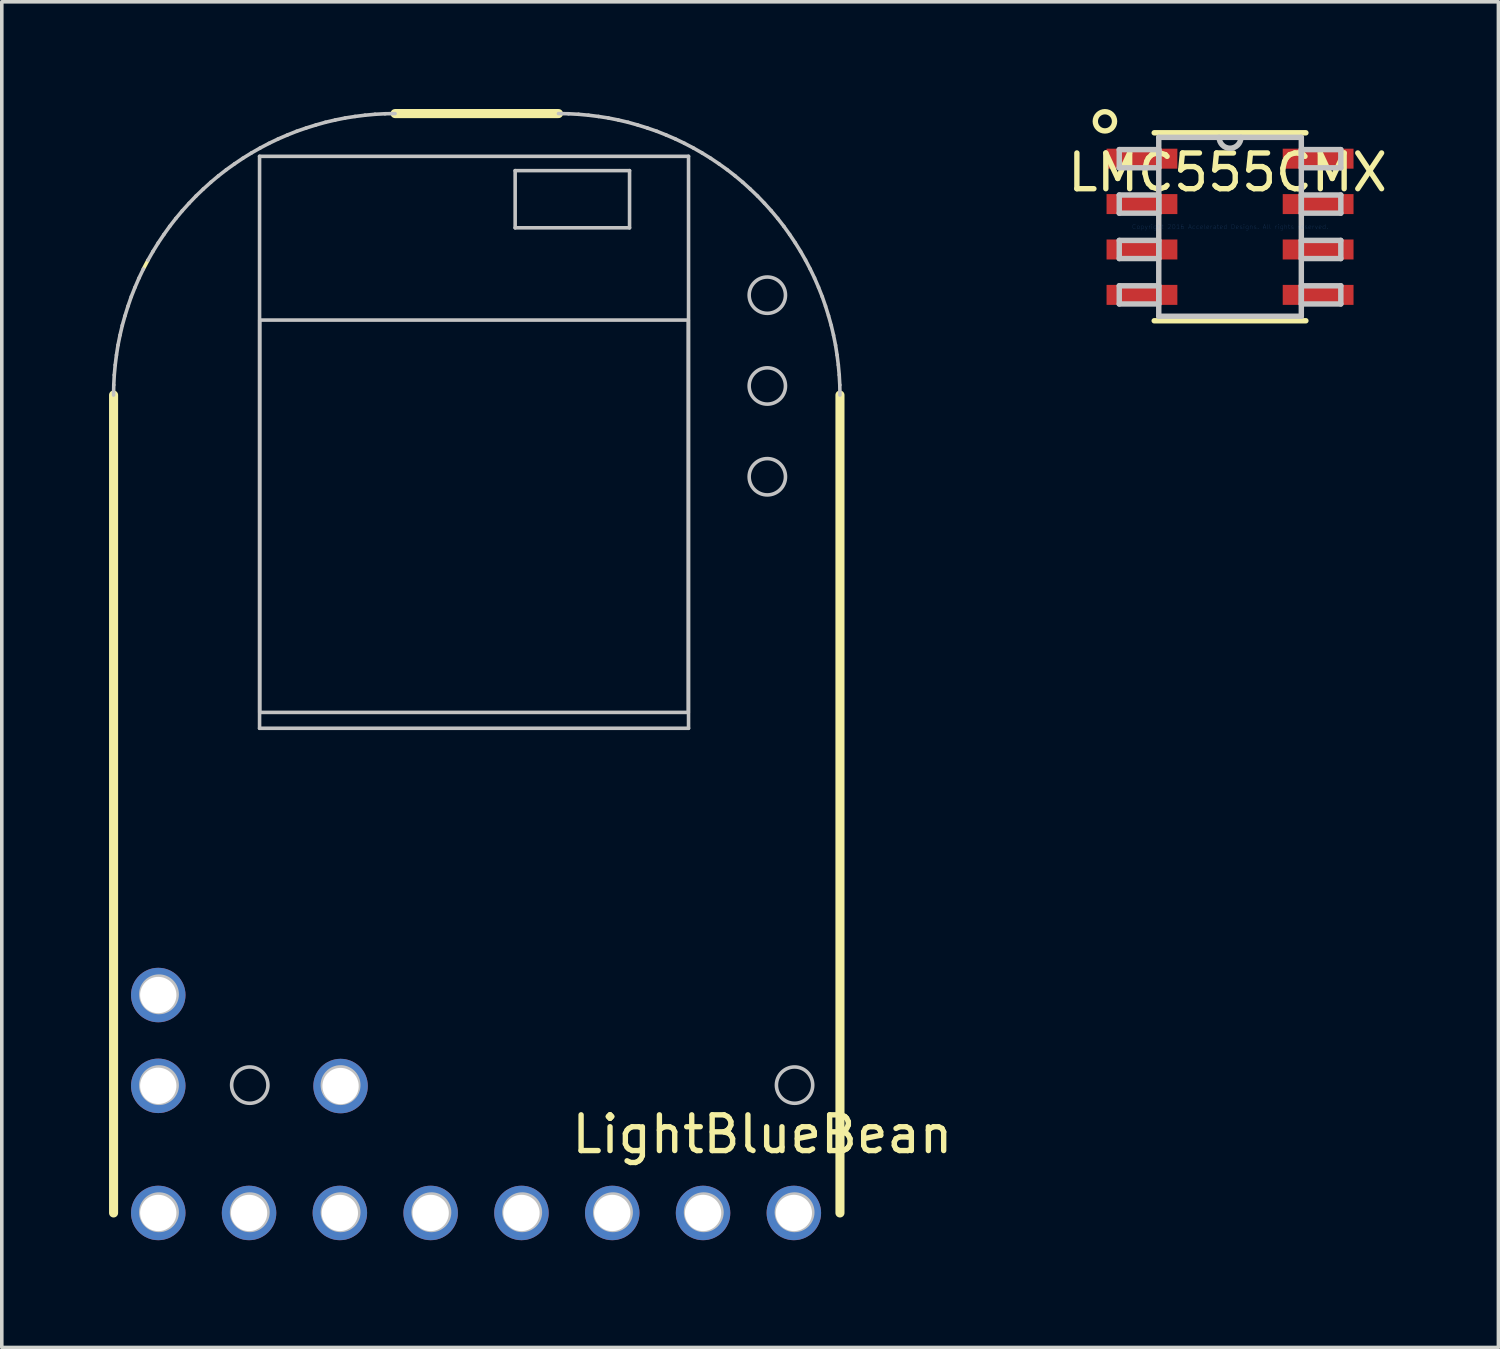
<source format=kicad_pcb>
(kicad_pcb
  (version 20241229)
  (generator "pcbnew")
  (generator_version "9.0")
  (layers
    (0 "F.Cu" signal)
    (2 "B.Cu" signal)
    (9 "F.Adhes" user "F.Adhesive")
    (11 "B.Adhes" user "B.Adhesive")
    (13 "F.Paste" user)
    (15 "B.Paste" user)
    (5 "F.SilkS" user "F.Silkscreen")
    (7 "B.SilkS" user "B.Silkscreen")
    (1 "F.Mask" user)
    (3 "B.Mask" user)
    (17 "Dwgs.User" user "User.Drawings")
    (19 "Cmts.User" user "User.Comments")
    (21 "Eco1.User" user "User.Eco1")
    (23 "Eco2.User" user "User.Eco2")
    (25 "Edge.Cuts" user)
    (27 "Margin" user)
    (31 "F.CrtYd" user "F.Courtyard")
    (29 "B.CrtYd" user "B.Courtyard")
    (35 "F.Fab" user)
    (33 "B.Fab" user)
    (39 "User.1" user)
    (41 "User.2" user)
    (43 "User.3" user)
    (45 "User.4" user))
  (footprint "LMC555CMX"
    (layer "F.Cu")
    (at 31.359 3.294)
    (property "Reference" "LMC555CMX" (at -0.07 -1.52 0) (layer "F.SilkS") (effects (font (size 1 1) (thickness 0.15))))
    (attr through_hole)
    (fp_line (start -2.121 2.629) (end 2.121 2.629) (stroke (width 0.152) (type solid)) (layer "F.SilkS"))
    (fp_line (start 2.121 -2.629) (end -2.121 -2.629) (stroke (width 0.152) (type solid)) (layer "F.SilkS"))
    (fp_circle (center -3.5 -2.95) (end -3.25 -2.85) (stroke (width 0.15) (type solid)) (fill no) (layer "F.SilkS"))
    (fp_line (start -3.099 -2.159) (end -3.099 -1.651) (stroke (width 0.152) (type solid)) (layer "Dwgs.User"))
    (fp_line (start -3.099 -1.651) (end -1.994 -1.651) (stroke (width 0.152) (type solid)) (layer "Dwgs.User"))
    (fp_line (start -3.099 -0.889) (end -3.099 -0.381) (stroke (width 0.152) (type solid)) (layer "Dwgs.User"))
    (fp_line (start -3.099 -0.381) (end -1.994 -0.381) (stroke (width 0.152) (type solid)) (layer "Dwgs.User"))
    (fp_line (start -3.099 0.381) (end -3.099 0.889) (stroke (width 0.152) (type solid)) (layer "Dwgs.User"))
    (fp_line (start -3.099 0.889) (end -1.994 0.889) (stroke (width 0.152) (type solid)) (layer "Dwgs.User"))
    (fp_line (start -3.099 1.651) (end -3.099 2.159) (stroke (width 0.152) (type solid)) (layer "Dwgs.User"))
    (fp_line (start -3.099 2.159) (end -1.994 2.159) (stroke (width 0.152) (type solid)) (layer "Dwgs.User"))
    (fp_line (start -1.994 -2.502) (end -1.994 2.502) (stroke (width 0.152) (type solid)) (layer "Dwgs.User"))
    (fp_line (start -1.994 -2.159) (end -3.099 -2.159) (stroke (width 0.152) (type solid)) (layer "Dwgs.User"))
    (fp_line (start -1.994 -1.651) (end -1.994 -2.159) (stroke (width 0.152) (type solid)) (layer "Dwgs.User"))
    (fp_line (start -1.994 -0.889) (end -3.099 -0.889) (stroke (width 0.152) (type solid)) (layer "Dwgs.User"))
    (fp_line (start -1.994 -0.381) (end -1.994 -0.889) (stroke (width 0.152) (type solid)) (layer "Dwgs.User"))
    (fp_line (start -1.994 0.381) (end -3.099 0.381) (stroke (width 0.152) (type solid)) (layer "Dwgs.User"))
    (fp_line (start -1.994 0.889) (end -1.994 0.381) (stroke (width 0.152) (type solid)) (layer "Dwgs.User"))
    (fp_line (start -1.994 1.651) (end -3.099 1.651) (stroke (width 0.152) (type solid)) (layer "Dwgs.User"))
    (fp_line (start -1.994 2.159) (end -1.994 1.651) (stroke (width 0.152) (type solid)) (layer "Dwgs.User"))
    (fp_line (start -1.994 2.502) (end 1.994 2.502) (stroke (width 0.152) (type solid)) (layer "Dwgs.User"))
    (fp_line (start 1.994 -2.502) (end -1.994 -2.502) (stroke (width 0.152) (type solid)) (layer "Dwgs.User"))
    (fp_line (start 1.994 -2.159) (end 1.994 -1.651) (stroke (width 0.152) (type solid)) (layer "Dwgs.User"))
    (fp_line (start 1.994 -1.651) (end 3.099 -1.651) (stroke (width 0.152) (type solid)) (layer "Dwgs.User"))
    (fp_line (start 1.994 -0.889) (end 1.994 -0.381) (stroke (width 0.152) (type solid)) (layer "Dwgs.User"))
    (fp_line (start 1.994 -0.381) (end 3.099 -0.381) (stroke (width 0.152) (type solid)) (layer "Dwgs.User"))
    (fp_line (start 1.994 0.381) (end 1.994 0.889) (stroke (width 0.152) (type solid)) (layer "Dwgs.User"))
    (fp_line (start 1.994 0.889) (end 3.099 0.889) (stroke (width 0.152) (type solid)) (layer "Dwgs.User"))
    (fp_line (start 1.994 1.651) (end 1.994 2.159) (stroke (width 0.152) (type solid)) (layer "Dwgs.User"))
    (fp_line (start 1.994 2.159) (end 3.099 2.159) (stroke (width 0.152) (type solid)) (layer "Dwgs.User"))
    (fp_line (start 1.994 2.502) (end 1.994 -2.502) (stroke (width 0.152) (type solid)) (layer "Dwgs.User"))
    (fp_line (start 3.099 -2.159) (end 1.994 -2.159) (stroke (width 0.152) (type solid)) (layer "Dwgs.User"))
    (fp_line (start 3.099 -1.651) (end 3.099 -2.159) (stroke (width 0.152) (type solid)) (layer "Dwgs.User"))
    (fp_line (start 3.099 -0.889) (end 1.994 -0.889) (stroke (width 0.152) (type solid)) (layer "Dwgs.User"))
    (fp_line (start 3.099 -0.381) (end 3.099 -0.889) (stroke (width 0.152) (type solid)) (layer "Dwgs.User"))
    (fp_line (start 3.099 0.381) (end 1.994 0.381) (stroke (width 0.152) (type solid)) (layer "Dwgs.User"))
    (fp_line (start 3.099 0.889) (end 3.099 0.381) (stroke (width 0.152) (type solid)) (layer "Dwgs.User"))
    (fp_line (start 3.099 1.651) (end 1.994 1.651) (stroke (width 0.152) (type solid)) (layer "Dwgs.User"))
    (fp_line (start 3.099 2.159) (end 3.099 1.651) (stroke (width 0.152) (type solid)) (layer "Dwgs.User"))
    (fp_arc (start 0.3048 -2.5019) (mid 0 -2.1971) (end -0.3048 -2.5019) (stroke (width 0.1524) (type solid)) (layer "Dwgs.User"))
    (fp_text user "Copyright 2016 Accelerated Designs. All rights reserved." (at 0 0 0) (layer "Cmts.User") (effects (font (size 0.127 0.127) (thickness 0.002))))
    (pad "1" smd rect (at -2.464 -1.905) (size 1.981 0.559) (layers "F.Cu" "F.Mask" "F.Paste"))
    (pad "2" smd rect (at -2.464 -0.635) (size 1.981 0.559) (layers "F.Cu" "F.Mask" "F.Paste"))
    (pad "3" smd rect (at -2.464 0.635) (size 1.981 0.559) (layers "F.Cu" "F.Mask" "F.Paste"))
    (pad "4" smd rect (at -2.464 1.905) (size 1.981 0.559) (layers "F.Cu" "F.Mask" "F.Paste"))
    (pad "5" smd rect (at 2.464 1.905) (size 1.981 0.559) (layers "F.Cu" "F.Mask" "F.Paste"))
    (pad "6" smd rect (at 2.464 0.635) (size 1.981 0.559) (layers "F.Cu" "F.Mask" "F.Paste"))
    (pad "7" smd rect (at 2.464 -0.635) (size 1.981 0.559) (layers "F.Cu" "F.Mask" "F.Paste"))
    (pad "8" smd rect (at 2.464 -1.905) (size 1.981 0.559) (layers "F.Cu" "F.Mask" "F.Paste")))
  (footprint "LightBlueBean"
    (layer "F.Cu")
    (at 1.377 30.881)
    (property "Reference" "LightBlueBean" (at 16.9 -2.2 0) (layer "F.SilkS") (effects (font (size 1 1) (thickness 0.15))))
    (attr through_hole)
    (fp_line (start -1.25 0) (end -1.25 -22.88) (stroke (width 0.254) (type solid)) (layer "F.SilkS"))
    (fp_line (start -0.287 -26.654) (end -0.417 -26.406) (stroke (width 0.1) (type solid)) (layer "F.SilkS"))
    (fp_line (start 6.624 -30.754) (end 11.196 -30.754) (stroke (width 0.254) (type solid)) (layer "F.SilkS"))
    (fp_line (start 19.07 -22.88) (end 19.07 0) (stroke (width 0.254) (type solid)) (layer "F.SilkS"))
    (fp_line (start -1.245 -23.162) (end -1.25 -22.88) (stroke (width 0.1) (type solid)) (layer "Dwgs.User"))
    (fp_line (start -1.23 -23.441) (end -1.245 -23.162) (stroke (width 0.1) (type solid)) (layer "Dwgs.User"))
    (fp_line (start -1.204 -23.721) (end -1.23 -23.441) (stroke (width 0.1) (type solid)) (layer "Dwgs.User"))
    (fp_line (start -1.169 -24) (end -1.204 -23.721) (stroke (width 0.1) (type solid)) (layer "Dwgs.User"))
    (fp_line (start -1.126 -24.277) (end -1.169 -24) (stroke (width 0.1) (type solid)) (layer "Dwgs.User"))
    (fp_line (start -1.07 -24.554) (end -1.126 -24.277) (stroke (width 0.1) (type solid)) (layer "Dwgs.User"))
    (fp_line (start -1.006 -24.828) (end -1.07 -24.554) (stroke (width 0.1) (type solid)) (layer "Dwgs.User"))
    (fp_line (start -0.93 -25.097) (end -1.006 -24.828) (stroke (width 0.1) (type solid)) (layer "Dwgs.User"))
    (fp_line (start -0.846 -25.367) (end -0.93 -25.097) (stroke (width 0.1) (type solid)) (layer "Dwgs.User"))
    (fp_line (start -0.755 -25.631) (end -0.846 -25.367) (stroke (width 0.1) (type solid)) (layer "Dwgs.User"))
    (fp_line (start -0.651 -25.892) (end -0.755 -25.631) (stroke (width 0.1) (type solid)) (layer "Dwgs.User"))
    (fp_line (start -0.539 -26.152) (end -0.651 -25.892) (stroke (width 0.1) (type solid)) (layer "Dwgs.User"))
    (fp_line (start -0.417 -26.406) (end -0.539 -26.152) (stroke (width 0.1) (type solid)) (layer "Dwgs.User"))
    (fp_line (start -0.148 -26.898) (end -0.287 -26.654) (stroke (width 0.1) (type solid)) (layer "Dwgs.User"))
    (fp_line (start -0.000316 -27.137) (end -0.148 -26.898) (stroke (width 0.1) (type solid)) (layer "Dwgs.User"))
    (fp_line (start 0.157 -27.371) (end -0.000316 -27.137) (stroke (width 0.1) (type solid)) (layer "Dwgs.User"))
    (fp_line (start 0.32 -27.599) (end 0.157 -27.371) (stroke (width 0.1) (type solid)) (layer "Dwgs.User"))
    (fp_line (start 0.492 -27.82) (end 0.32 -27.599) (stroke (width 0.1) (type solid)) (layer "Dwgs.User"))
    (fp_line (start 0.673 -28.036) (end 0.492 -27.82) (stroke (width 0.1) (type solid)) (layer "Dwgs.User"))
    (fp_line (start 0.861 -28.244) (end 0.673 -28.036) (stroke (width 0.1) (type solid)) (layer "Dwgs.User"))
    (fp_line (start 1.056 -28.448) (end 0.861 -28.244) (stroke (width 0.1) (type solid)) (layer "Dwgs.User"))
    (fp_line (start 1.26 -28.643) (end 1.056 -28.448) (stroke (width 0.1) (type solid)) (layer "Dwgs.User"))
    (fp_line (start 1.468 -28.831) (end 1.26 -28.643) (stroke (width 0.1) (type solid)) (layer "Dwgs.User"))
    (fp_line (start 1.684 -29.012) (end 1.468 -28.831) (stroke (width 0.1) (type solid)) (layer "Dwgs.User"))
    (fp_line (start 1.905 -29.184) (end 1.684 -29.012) (stroke (width 0.1) (type solid)) (layer "Dwgs.User"))
    (fp_line (start 2.133 -29.347) (end 1.905 -29.184) (stroke (width 0.1) (type solid)) (layer "Dwgs.User"))
    (fp_line (start 2.367 -29.504) (end 2.133 -29.347) (stroke (width 0.1) (type solid)) (layer "Dwgs.User"))
    (fp_line (start 2.606 -29.652) (end 2.367 -29.504) (stroke (width 0.1) (type solid)) (layer "Dwgs.User"))
    (fp_line (start 2.834 -29.558) (end 2.834 -13.558) (stroke (width 0.1) (type solid)) (layer "Dwgs.User"))
    (fp_line (start 2.834 -13.558) (end 14.834 -13.558) (stroke (width 0.1) (type solid)) (layer "Dwgs.User"))
    (fp_line (start 2.839 -24.978) (end 14.827 -24.978) (stroke (width 0.1) (type solid)) (layer "Dwgs.User"))
    (fp_line (start 2.839 -14.002) (end 2.839 -24.978) (stroke (width 0.1) (type solid)) (layer "Dwgs.User"))
    (fp_line (start 2.85 -29.791) (end 2.606 -29.652) (stroke (width 0.1) (type solid)) (layer "Dwgs.User"))
    (fp_line (start 3.098 -29.921) (end 2.85 -29.791) (stroke (width 0.1) (type solid)) (layer "Dwgs.User"))
    (fp_line (start 3.352 -30.043) (end 3.098 -29.921) (stroke (width 0.1) (type solid)) (layer "Dwgs.User"))
    (fp_line (start 3.612 -30.155) (end 3.352 -30.043) (stroke (width 0.1) (type solid)) (layer "Dwgs.User"))
    (fp_line (start 3.873 -30.259) (end 3.612 -30.155) (stroke (width 0.1) (type solid)) (layer "Dwgs.User"))
    (fp_line (start 4.137 -30.35) (end 3.873 -30.259) (stroke (width 0.1) (type solid)) (layer "Dwgs.User"))
    (fp_line (start 4.407 -30.434) (end 4.137 -30.35) (stroke (width 0.1) (type solid)) (layer "Dwgs.User"))
    (fp_line (start 4.676 -30.51) (end 4.407 -30.434) (stroke (width 0.1) (type solid)) (layer "Dwgs.User"))
    (fp_line (start 4.95 -30.574) (end 4.676 -30.51) (stroke (width 0.1) (type solid)) (layer "Dwgs.User"))
    (fp_line (start 5.227 -30.63) (end 4.95 -30.574) (stroke (width 0.1) (type solid)) (layer "Dwgs.User"))
    (fp_line (start 5.504 -30.673) (end 5.227 -30.63) (stroke (width 0.1) (type solid)) (layer "Dwgs.User"))
    (fp_line (start 5.783 -30.708) (end 5.504 -30.673) (stroke (width 0.1) (type solid)) (layer "Dwgs.User"))
    (fp_line (start 6.063 -30.734) (end 5.783 -30.708) (stroke (width 0.1) (type solid)) (layer "Dwgs.User"))
    (fp_line (start 6.342 -30.749) (end 6.063 -30.734) (stroke (width 0.1) (type solid)) (layer "Dwgs.User"))
    (fp_line (start 6.624 -30.754) (end 6.342 -30.749) (stroke (width 0.1) (type solid)) (layer "Dwgs.User"))
    (fp_line (start 9.984 -29.158) (end 9.984 -27.558) (stroke (width 0.1) (type solid)) (layer "Dwgs.User"))
    (fp_line (start 9.984 -27.558) (end 13.184 -27.558) (stroke (width 0.1) (type solid)) (layer "Dwgs.User"))
    (fp_line (start 11.478 -30.749) (end 11.196 -30.754) (stroke (width 0.1) (type solid)) (layer "Dwgs.User"))
    (fp_line (start 11.757 -30.734) (end 11.478 -30.749) (stroke (width 0.1) (type solid)) (layer "Dwgs.User"))
    (fp_line (start 12.037 -30.708) (end 11.757 -30.734) (stroke (width 0.1) (type solid)) (layer "Dwgs.User"))
    (fp_line (start 12.316 -30.673) (end 12.037 -30.708) (stroke (width 0.1) (type solid)) (layer "Dwgs.User"))
    (fp_line (start 12.593 -30.63) (end 12.316 -30.673) (stroke (width 0.1) (type solid)) (layer "Dwgs.User"))
    (fp_line (start 12.87 -30.574) (end 12.593 -30.63) (stroke (width 0.1) (type solid)) (layer "Dwgs.User"))
    (fp_line (start 13.144 -30.51) (end 12.87 -30.574) (stroke (width 0.1) (type solid)) (layer "Dwgs.User"))
    (fp_line (start 13.184 -29.158) (end 9.984 -29.158) (stroke (width 0.1) (type solid)) (layer "Dwgs.User"))
    (fp_line (start 13.184 -27.558) (end 13.184 -29.158) (stroke (width 0.1) (type solid)) (layer "Dwgs.User"))
    (fp_line (start 13.413 -30.434) (end 13.144 -30.51) (stroke (width 0.1) (type solid)) (layer "Dwgs.User"))
    (fp_line (start 13.683 -30.35) (end 13.413 -30.434) (stroke (width 0.1) (type solid)) (layer "Dwgs.User"))
    (fp_line (start 13.947 -30.259) (end 13.683 -30.35) (stroke (width 0.1) (type solid)) (layer "Dwgs.User"))
    (fp_line (start 14.208 -30.155) (end 13.947 -30.259) (stroke (width 0.1) (type solid)) (layer "Dwgs.User"))
    (fp_line (start 14.468 -30.043) (end 14.208 -30.155) (stroke (width 0.1) (type solid)) (layer "Dwgs.User"))
    (fp_line (start 14.722 -29.921) (end 14.468 -30.043) (stroke (width 0.1) (type solid)) (layer "Dwgs.User"))
    (fp_line (start 14.827 -24.978) (end 14.827 -14.002) (stroke (width 0.1) (type solid)) (layer "Dwgs.User"))
    (fp_line (start 14.827 -14.002) (end 2.839 -14.002) (stroke (width 0.1) (type solid)) (layer "Dwgs.User"))
    (fp_line (start 14.834 -29.558) (end 2.834 -29.558) (stroke (width 0.1) (type solid)) (layer "Dwgs.User"))
    (fp_line (start 14.834 -13.558) (end 14.834 -29.558) (stroke (width 0.1) (type solid)) (layer "Dwgs.User"))
    (fp_line (start 14.97 -29.791) (end 14.722 -29.921) (stroke (width 0.1) (type solid)) (layer "Dwgs.User"))
    (fp_line (start 15.214 -29.652) (end 14.97 -29.791) (stroke (width 0.1) (type solid)) (layer "Dwgs.User"))
    (fp_line (start 15.453 -29.504) (end 15.214 -29.652) (stroke (width 0.1) (type solid)) (layer "Dwgs.User"))
    (fp_line (start 15.687 -29.347) (end 15.453 -29.504) (stroke (width 0.1) (type solid)) (layer "Dwgs.User"))
    (fp_line (start 15.915 -29.184) (end 15.687 -29.347) (stroke (width 0.1) (type solid)) (layer "Dwgs.User"))
    (fp_line (start 16.136 -29.012) (end 15.915 -29.184) (stroke (width 0.1) (type solid)) (layer "Dwgs.User"))
    (fp_line (start 16.352 -28.831) (end 16.136 -29.012) (stroke (width 0.1) (type solid)) (layer "Dwgs.User"))
    (fp_line (start 16.56 -28.643) (end 16.352 -28.831) (stroke (width 0.1) (type solid)) (layer "Dwgs.User"))
    (fp_line (start 16.764 -28.448) (end 16.56 -28.643) (stroke (width 0.1) (type solid)) (layer "Dwgs.User"))
    (fp_line (start 16.959 -28.244) (end 16.764 -28.448) (stroke (width 0.1) (type solid)) (layer "Dwgs.User"))
    (fp_line (start 17.147 -28.036) (end 16.959 -28.244) (stroke (width 0.1) (type solid)) (layer "Dwgs.User"))
    (fp_line (start 17.328 -27.82) (end 17.147 -28.036) (stroke (width 0.1) (type solid)) (layer "Dwgs.User"))
    (fp_line (start 17.5 -27.599) (end 17.328 -27.82) (stroke (width 0.1) (type solid)) (layer "Dwgs.User"))
    (fp_line (start 17.663 -27.371) (end 17.5 -27.599) (stroke (width 0.1) (type solid)) (layer "Dwgs.User"))
    (fp_line (start 17.82 -27.137) (end 17.663 -27.371) (stroke (width 0.1) (type solid)) (layer "Dwgs.User"))
    (fp_line (start 17.968 -26.898) (end 17.82 -27.137) (stroke (width 0.1) (type solid)) (layer "Dwgs.User"))
    (fp_line (start 18.107 -26.654) (end 17.968 -26.898) (stroke (width 0.1) (type solid)) (layer "Dwgs.User"))
    (fp_line (start 18.237 -26.406) (end 18.107 -26.654) (stroke (width 0.1) (type solid)) (layer "Dwgs.User"))
    (fp_line (start 18.359 -26.152) (end 18.237 -26.406) (stroke (width 0.1) (type solid)) (layer "Dwgs.User"))
    (fp_line (start 18.471 -25.892) (end 18.359 -26.152) (stroke (width 0.1) (type solid)) (layer "Dwgs.User"))
    (fp_line (start 18.575 -25.631) (end 18.471 -25.892) (stroke (width 0.1) (type solid)) (layer "Dwgs.User"))
    (fp_line (start 18.666 -25.367) (end 18.575 -25.631) (stroke (width 0.1) (type solid)) (layer "Dwgs.User"))
    (fp_line (start 18.75 -25.097) (end 18.666 -25.367) (stroke (width 0.1) (type solid)) (layer "Dwgs.User"))
    (fp_line (start 18.826 -24.828) (end 18.75 -25.097) (stroke (width 0.1) (type solid)) (layer "Dwgs.User"))
    (fp_line (start 18.89 -24.554) (end 18.826 -24.828) (stroke (width 0.1) (type solid)) (layer "Dwgs.User"))
    (fp_line (start 18.946 -24.277) (end 18.89 -24.554) (stroke (width 0.1) (type solid)) (layer "Dwgs.User"))
    (fp_line (start 18.989 -24) (end 18.946 -24.277) (stroke (width 0.1) (type solid)) (layer "Dwgs.User"))
    (fp_line (start 19.024 -23.721) (end 18.989 -24) (stroke (width 0.1) (type solid)) (layer "Dwgs.User"))
    (fp_line (start 19.05 -23.441) (end 19.024 -23.721) (stroke (width 0.1) (type solid)) (layer "Dwgs.User"))
    (fp_line (start 19.065 -23.162) (end 19.05 -23.441) (stroke (width 0.1) (type solid)) (layer "Dwgs.User"))
    (fp_line (start 19.07 -22.88) (end 19.065 -23.162) (stroke (width 0.1) (type solid)) (layer "Dwgs.User"))
    (fp_circle (center 0.02 -6.116) (end 0.528 -6.116) (stroke (width 0.1) (type solid)) (fill no) (layer "Dwgs.User"))
    (fp_circle (center 0.02 -3.576) (end 0.528 -3.576) (stroke (width 0.1) (type solid)) (fill no) (layer "Dwgs.User"))
    (fp_circle (center 0.02 -0.02) (end 0.528 -0.02) (stroke (width 0.1) (type solid)) (fill no) (layer "Dwgs.User"))
    (fp_circle (center 2.56 -3.576) (end 3.068 -3.576) (stroke (width 0.1) (type solid)) (fill no) (layer "Dwgs.User"))
    (fp_circle (center 2.56 -0.02) (end 3.068 -0.02) (stroke (width 0.1) (type solid)) (fill no) (layer "Dwgs.User"))
    (fp_circle (center 5.1 -3.576) (end 5.608 -3.576) (stroke (width 0.1) (type solid)) (fill no) (layer "Dwgs.User"))
    (fp_circle (center 5.1 -0.02) (end 5.608 -0.02) (stroke (width 0.1) (type solid)) (fill no) (layer "Dwgs.User"))
    (fp_circle (center 7.64 -0.02) (end 8.148 -0.02) (stroke (width 0.1) (type solid)) (fill no) (layer "Dwgs.User"))
    (fp_circle (center 10.18 -0.02) (end 10.688 -0.02) (stroke (width 0.1) (type solid)) (fill no) (layer "Dwgs.User"))
    (fp_circle (center 12.72 -0.02) (end 13.228 -0.02) (stroke (width 0.1) (type solid)) (fill no) (layer "Dwgs.User"))
    (fp_circle (center 15.26 -0.02) (end 15.768 -0.02) (stroke (width 0.1) (type solid)) (fill no) (layer "Dwgs.User"))
    (fp_circle (center 17.038 -25.674) (end 17.546 -25.674) (stroke (width 0.1) (type solid)) (fill no) (layer "Dwgs.User"))
    (fp_circle (center 17.038 -23.134) (end 17.546 -23.134) (stroke (width 0.1) (type solid)) (fill no) (layer "Dwgs.User"))
    (fp_circle (center 17.038 -20.594) (end 17.546 -20.594) (stroke (width 0.1) (type solid)) (fill no) (layer "Dwgs.User"))
    (fp_circle (center 17.8 -3.576) (end 18.308 -3.576) (stroke (width 0.1) (type solid)) (fill no) (layer "Dwgs.User"))
    (fp_circle (center 17.8 -0.02) (end 18.308 -0.02) (stroke (width 0.1) (type solid)) (fill no) (layer "Dwgs.User"))
    (pad "1" thru_hole circle (at 0 0) (size 1.524 1.524) (drill 1.016) (layers "*.Cu" "*.Mask"))
    (pad "2" thru_hole circle (at 2.54 0) (size 1.524 1.524) (drill 1.016) (layers "*.Cu" "*.Mask"))
    (pad "3" thru_hole circle (at 5.08 0) (size 1.524 1.524) (drill 1.016) (layers "*.Cu" "*.Mask"))
    (pad "4" thru_hole circle (at 7.62 0) (size 1.524 1.524) (drill 1.016) (layers "*.Cu" "*.Mask"))
    (pad "5" thru_hole circle (at 10.16 0) (size 1.524 1.524) (drill 1.016) (layers "*.Cu" "*.Mask"))
    (pad "6" thru_hole circle (at 12.7 0) (size 1.524 1.524) (drill 1.016) (layers "*.Cu" "*.Mask"))
    (pad "7" thru_hole circle (at 15.24 0) (size 1.524 1.524) (drill 1.016) (layers "*.Cu" "*.Mask"))
    (pad "8" thru_hole circle (at 17.78 0) (size 1.524 1.524) (drill 1.016) (layers "*.Cu" "*.Mask"))
    (pad "9" thru_hole circle (at 0 -3.556) (size 1.524 1.524) (drill 1.016) (layers "*.Cu" "*.Mask"))
    (pad "10" thru_hole circle (at 0 -6.096) (size 1.524 1.524) (drill 1.016) (layers "*.Cu" "*.Mask"))
    (pad "11" thru_hole circle (at 5.1 -3.55) (size 1.524 1.524) (drill 1.016) (layers "*.Cu" "*.Mask")))
  (gr_rect
    (start -3 -3)
    (end 38.866 34.643)
    (stroke (width 0.1) (type default))
    (fill no)
    (layer "Edge.Cuts")))
</source>
